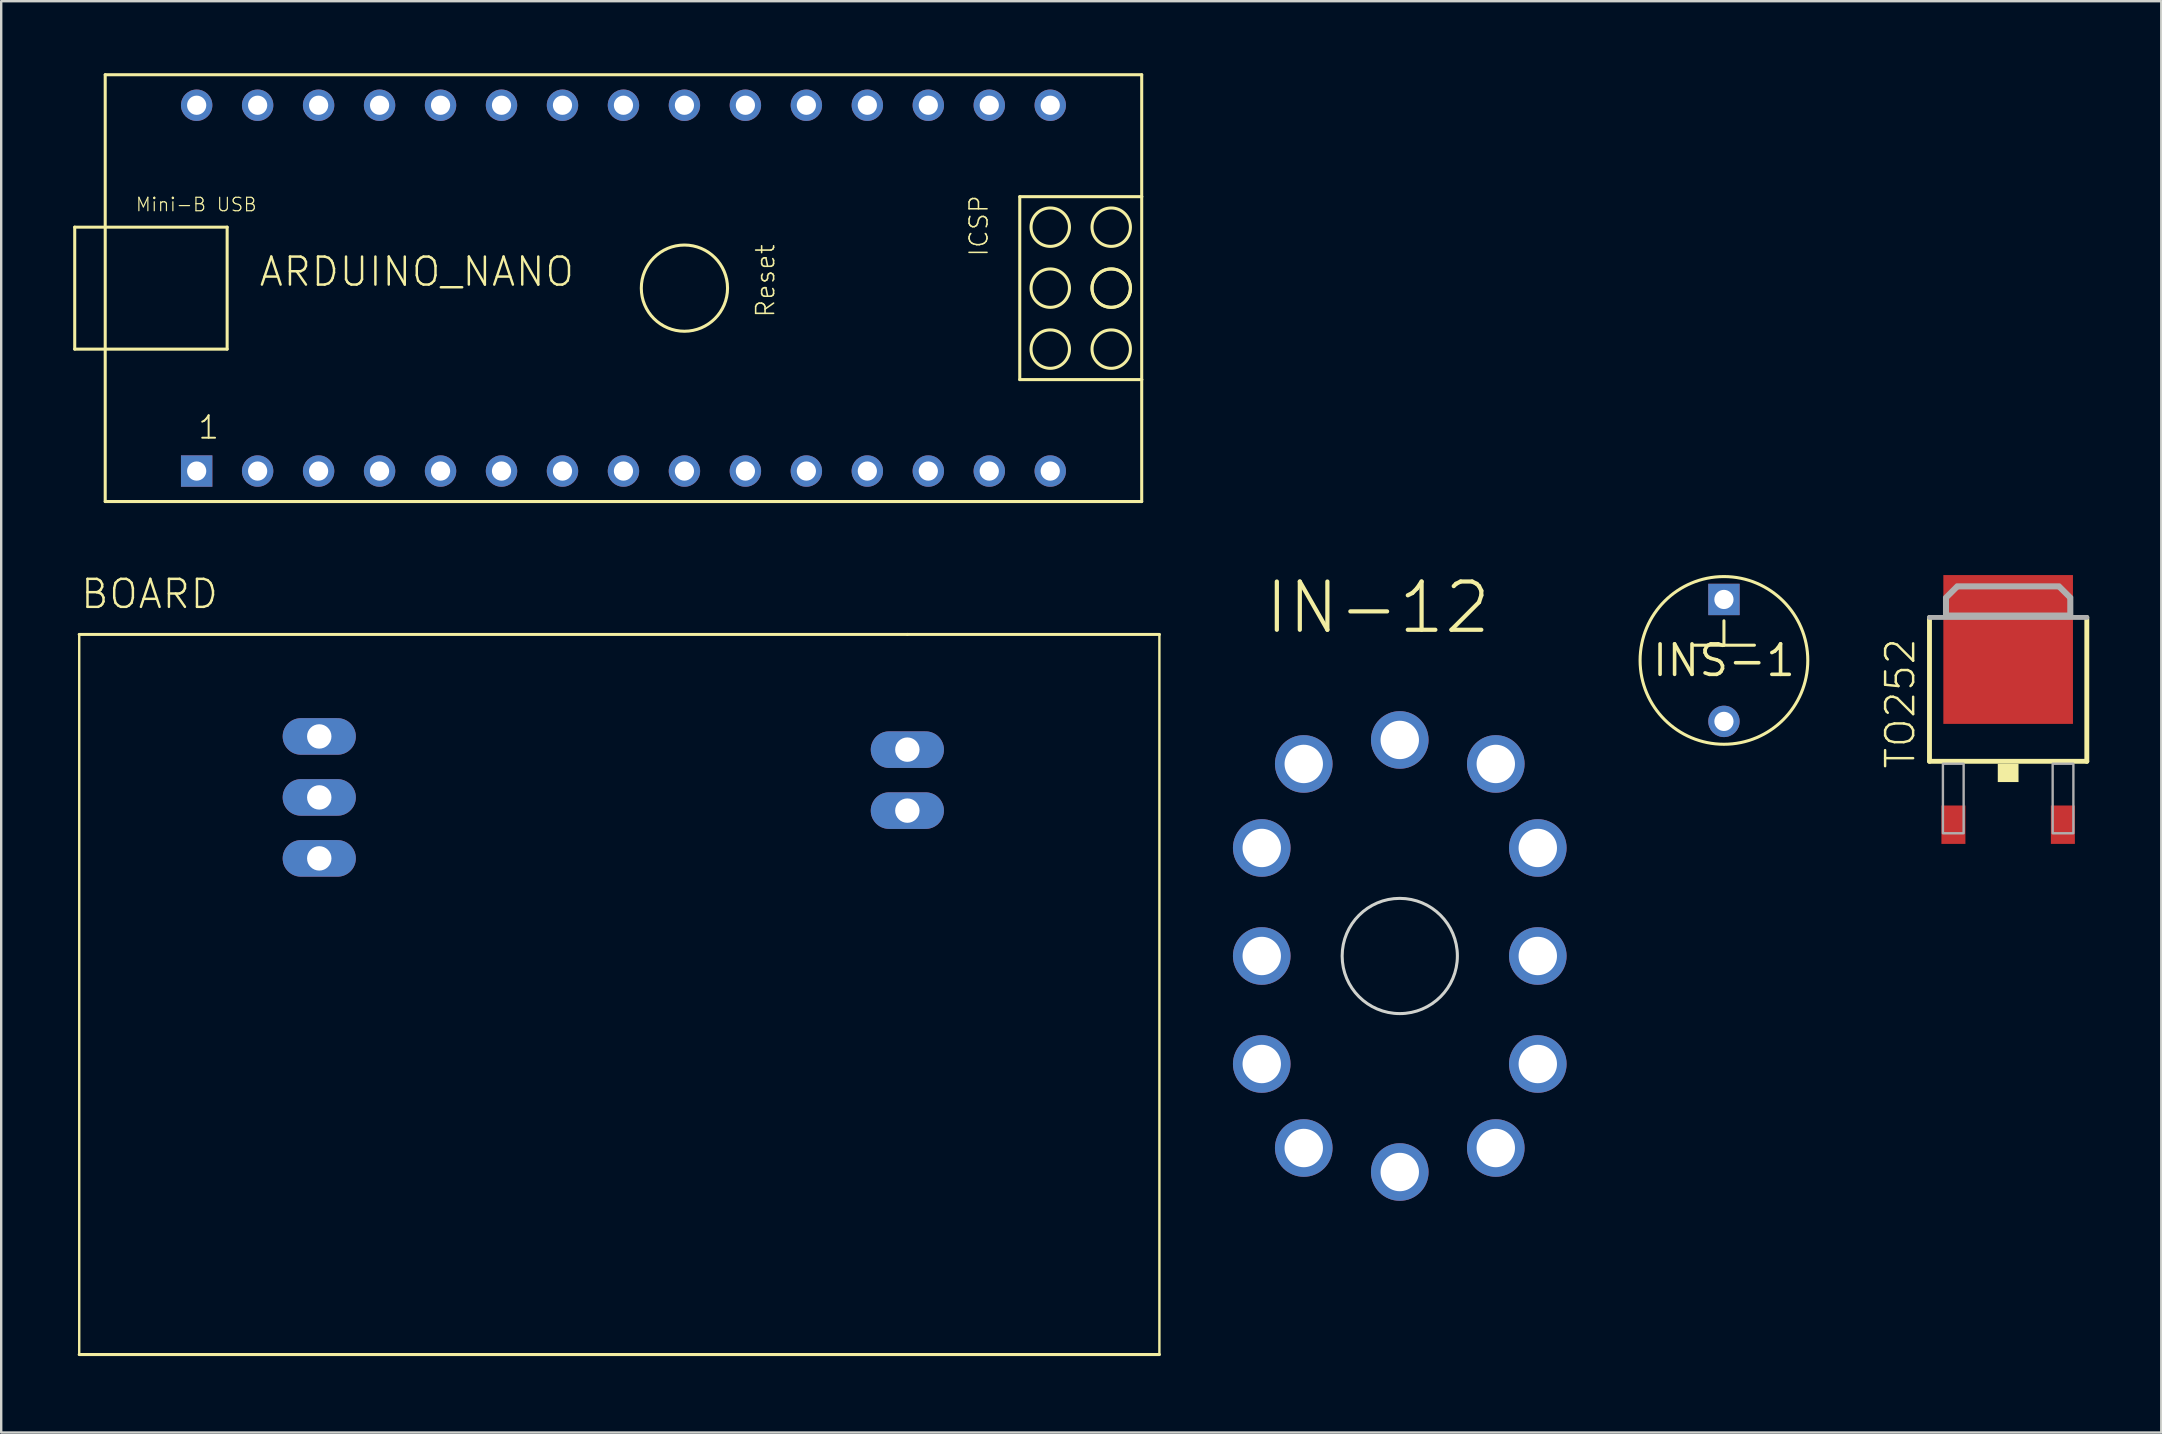
<source format=kicad_pcb>
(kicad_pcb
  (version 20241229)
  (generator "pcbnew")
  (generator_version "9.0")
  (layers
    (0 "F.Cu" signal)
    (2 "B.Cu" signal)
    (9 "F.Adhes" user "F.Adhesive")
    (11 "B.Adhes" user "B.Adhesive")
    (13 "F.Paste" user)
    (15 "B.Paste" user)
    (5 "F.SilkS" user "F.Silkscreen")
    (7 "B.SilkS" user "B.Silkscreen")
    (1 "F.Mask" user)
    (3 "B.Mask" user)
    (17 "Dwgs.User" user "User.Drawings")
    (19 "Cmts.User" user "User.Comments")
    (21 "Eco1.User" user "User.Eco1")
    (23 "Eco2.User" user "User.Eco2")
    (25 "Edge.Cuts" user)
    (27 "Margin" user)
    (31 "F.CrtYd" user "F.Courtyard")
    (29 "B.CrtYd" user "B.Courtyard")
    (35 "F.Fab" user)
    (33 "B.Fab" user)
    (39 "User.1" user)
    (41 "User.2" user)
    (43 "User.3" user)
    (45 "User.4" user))
  (footprint "INS-1"
    (layer "F.Cu")
    (at 68.769 24.463)
    (property "Reference" "INS-1" (at 0 0 0) (layer "F.SilkS") (effects (font (size 1.27 1.27) (thickness 0.15))))
    (fp_line (start -1.27 -0.635) (end 0 -0.635) (stroke (width 0.127) (type solid)) (layer "F.SilkS"))
    (fp_line (start 0 -0.635) (end 0 -1.651) (stroke (width 0.127) (type solid)) (layer "F.SilkS"))
    (fp_line (start 0 -0.635) (end 1.27 -0.635) (stroke (width 0.127) (type solid)) (layer "F.SilkS"))
    (fp_circle (center 0 0) (end 3.493 0) (stroke (width 0.127) (type solid)) (fill no) (layer "F.SilkS"))
    (pad "A" thru_hole rect (at 0 -2.54) (size 1.308 1.308) (drill 0.8) (layers "*.Cu" "*.Mask"))
    (pad "C" thru_hole circle (at 0 2.54) (size 1.308 1.308) (drill 0.8) (layers "*.Cu" "*.Mask")))
  (footprint "IN-12"
    (layer "F.Cu")
    (at 55.264 36.776)
    (property "Reference" "IN-12" (at -5.715 -13.335 0) (layer "F.SilkS") (effects (font (size 2.01 2.01) (thickness 0.175)) (justify left bottom)))
    (fp_circle (center 0 0) (end 2.4 0) (stroke (width 0.127) (type solid)) (fill no) (layer "Edge.Cuts"))
    (pad "0" thru_hole circle (at 5.75 4.5) (size 2.4 2.4) (drill 1.6) (layers "*.Cu" "*.Mask"))
    (pad "1" thru_hole circle (at -4 8) (size 2.4 2.4) (drill 1.6) (layers "*.Cu" "*.Mask"))
    (pad "2" thru_hole circle (at -5.75 4.5) (size 2.4 2.4) (drill 1.6) (layers "*.Cu" "*.Mask"))
    (pad "3" thru_hole circle (at -5.75 0) (size 2.4 2.4) (drill 1.6) (layers "*.Cu" "*.Mask"))
    (pad "4" thru_hole circle (at -5.75 -4.5) (size 2.4 2.4) (drill 1.6) (layers "*.Cu" "*.Mask"))
    (pad "5" thru_hole circle (at -4 -8) (size 2.4 2.4) (drill 1.6) (layers "*.Cu" "*.Mask"))
    (pad "6" thru_hole circle (at 0 -9) (size 2.4 2.4) (drill 1.6) (layers "*.Cu" "*.Mask"))
    (pad "7" thru_hole circle (at 4 -8) (size 2.4 2.4) (drill 1.6) (layers "*.Cu" "*.Mask"))
    (pad "8" thru_hole circle (at 5.75 -4.5) (size 2.4 2.4) (drill 1.6) (layers "*.Cu" "*.Mask"))
    (pad "9" thru_hole circle (at 5.75 0) (size 2.4 2.4) (drill 1.6) (layers "*.Cu" "*.Mask"))
    (pad "A" thru_hole circle (at 4 8) (size 2.4 2.4) (drill 1.6) (layers "*.Cu" "*.Mask"))
    (pad "DP" thru_hole circle (at 0 9) (size 2.4 2.4) (drill 1.6) (layers "*.Cu" "*.Mask")))
  (footprint "ARDUINO_NANO"
    (layer "F.Cu")
    (at 25.463 8.954)
    (property "Reference" "ARDUINO_NANO" (at -17.78 0 0) (layer "F.SilkS") (effects (font (size 1.168 1.168) (thickness 0.102)) (justify left bottom)))
    (fp_line (start -25.4 -2.54) (end -25.4 2.54) (stroke (width 0.127) (type solid)) (layer "F.SilkS"))
    (fp_line (start -24.13 -8.89) (end 19.05 -8.89) (stroke (width 0.127) (type solid)) (layer "F.SilkS"))
    (fp_line (start -24.13 -2.54) (end -25.4 -2.54) (stroke (width 0.127) (type solid)) (layer "F.SilkS"))
    (fp_line (start -24.13 -2.54) (end -24.13 -8.89) (stroke (width 0.127) (type solid)) (layer "F.SilkS"))
    (fp_line (start -24.13 8.89) (end -24.13 -2.54) (stroke (width 0.127) (type solid)) (layer "F.SilkS"))
    (fp_line (start -19.05 -2.54) (end -24.13 -2.54) (stroke (width 0.127) (type solid)) (layer "F.SilkS"))
    (fp_line (start -19.05 2.54) (end -25.4 2.54) (stroke (width 0.127) (type solid)) (layer "F.SilkS"))
    (fp_line (start -19.05 2.54) (end -19.05 -2.54) (stroke (width 0.127) (type solid)) (layer "F.SilkS"))
    (fp_line (start 13.97 -3.81) (end 13.97 3.81) (stroke (width 0.127) (type solid)) (layer "F.SilkS"))
    (fp_line (start 13.97 3.81) (end 19.05 3.81) (stroke (width 0.127) (type solid)) (layer "F.SilkS"))
    (fp_line (start 19.05 -8.89) (end 19.05 -3.81) (stroke (width 0.127) (type solid)) (layer "F.SilkS"))
    (fp_line (start 19.05 -3.81) (end 13.97 -3.81) (stroke (width 0.127) (type solid)) (layer "F.SilkS"))
    (fp_line (start 19.05 -3.81) (end 19.05 3.81) (stroke (width 0.127) (type solid)) (layer "F.SilkS"))
    (fp_line (start 19.05 3.81) (end 19.05 8.89) (stroke (width 0.127) (type solid)) (layer "F.SilkS"))
    (fp_line (start 19.05 8.89) (end -24.13 8.89) (stroke (width 0.127) (type solid)) (layer "F.SilkS"))
    (fp_circle (center 0 0) (end 1.796 0) (stroke (width 0.127) (type solid)) (fill no) (layer "F.SilkS"))
    (fp_circle (center 15.24 -2.54) (end 16.04 -2.54) (stroke (width 0.127) (type solid)) (fill no) (layer "F.SilkS"))
    (fp_circle (center 15.24 0) (end 16.04 0) (stroke (width 0.127) (type solid)) (fill no) (layer "F.SilkS"))
    (fp_circle (center 15.24 2.54) (end 16.04 2.54) (stroke (width 0.127) (type solid)) (fill no) (layer "F.SilkS"))
    (fp_circle (center 17.78 -2.54) (end 18.58 -2.54) (stroke (width 0.127) (type solid)) (fill no) (layer "F.SilkS"))
    (fp_circle (center 17.78 0) (end 18.58 0) (stroke (width 0.127) (type solid)) (fill no) (layer "F.SilkS"))
    (fp_circle (center 17.78 0) (end 18.58 0) (stroke (width 0.127) (type solid)) (fill no) (layer "F.SilkS"))
    (fp_circle (center 17.78 2.54) (end 18.58 2.54) (stroke (width 0.127) (type solid)) (fill no) (layer "F.SilkS"))
    (fp_text user "Mini-B USB" (at -17.78 -3.81 0) (layer "F.SilkS") (effects (font (size 0.561 0.561) (thickness 0.049)) (justify right top)))
    (fp_text user "1" (at -20.32 6.35 0) (layer "F.SilkS") (effects (font (size 0.935 0.935) (thickness 0.081)) (justify left bottom)))
    (fp_text user "Reset" (at 3.81 1.27 90) (layer "F.SilkS") (effects (font (size 0.748 0.748) (thickness 0.065)) (justify left bottom)))
    (fp_text user "ICSP" (at 12.7 -1.27 270) (layer "F.SilkS") (effects (font (size 0.748 0.748) (thickness 0.065)) (justify left bottom)))
    (pad "1" thru_hole rect (at -20.32 7.62) (size 1.308 1.308) (drill 0.8) (layers "*.Cu" "*.Mask"))
    (pad "2" thru_hole circle (at -17.78 7.62) (size 1.308 1.308) (drill 0.8) (layers "*.Cu" "*.Mask"))
    (pad "3" thru_hole circle (at -15.24 7.62) (size 1.308 1.308) (drill 0.8) (layers "*.Cu" "*.Mask"))
    (pad "4" thru_hole circle (at -12.7 7.62) (size 1.308 1.308) (drill 0.8) (layers "*.Cu" "*.Mask"))
    (pad "5" thru_hole circle (at -10.16 7.62) (size 1.308 1.308) (drill 0.8) (layers "*.Cu" "*.Mask"))
    (pad "6" thru_hole circle (at -7.62 7.62) (size 1.308 1.308) (drill 0.8) (layers "*.Cu" "*.Mask"))
    (pad "7" thru_hole circle (at -5.08 7.62) (size 1.308 1.308) (drill 0.8) (layers "*.Cu" "*.Mask"))
    (pad "8" thru_hole circle (at -2.54 7.62) (size 1.308 1.308) (drill 0.8) (layers "*.Cu" "*.Mask"))
    (pad "9" thru_hole circle (at 0 7.62) (size 1.308 1.308) (drill 0.8) (layers "*.Cu" "*.Mask"))
    (pad "10" thru_hole circle (at 2.54 7.62) (size 1.308 1.308) (drill 0.8) (layers "*.Cu" "*.Mask"))
    (pad "11" thru_hole circle (at 5.08 7.62) (size 1.308 1.308) (drill 0.8) (layers "*.Cu" "*.Mask"))
    (pad "12" thru_hole circle (at 7.62 7.62) (size 1.308 1.308) (drill 0.8) (layers "*.Cu" "*.Mask"))
    (pad "13" thru_hole circle (at 10.16 7.62) (size 1.308 1.308) (drill 0.8) (layers "*.Cu" "*.Mask"))
    (pad "14" thru_hole circle (at 12.7 7.62) (size 1.308 1.308) (drill 0.8) (layers "*.Cu" "*.Mask"))
    (pad "15" thru_hole circle (at 15.24 7.62) (size 1.308 1.308) (drill 0.8) (layers "*.Cu" "*.Mask"))
    (pad "16" thru_hole circle (at 15.24 -7.62) (size 1.308 1.308) (drill 0.8) (layers "*.Cu" "*.Mask"))
    (pad "17" thru_hole circle (at 12.7 -7.62) (size 1.308 1.308) (drill 0.8) (layers "*.Cu" "*.Mask"))
    (pad "18" thru_hole circle (at 10.16 -7.62) (size 1.308 1.308) (drill 0.8) (layers "*.Cu" "*.Mask"))
    (pad "19" thru_hole circle (at 7.62 -7.62) (size 1.308 1.308) (drill 0.8) (layers "*.Cu" "*.Mask"))
    (pad "20" thru_hole circle (at 5.08 -7.62) (size 1.308 1.308) (drill 0.8) (layers "*.Cu" "*.Mask"))
    (pad "21" thru_hole circle (at 2.54 -7.62) (size 1.308 1.308) (drill 0.8) (layers "*.Cu" "*.Mask"))
    (pad "22" thru_hole circle (at 0 -7.62) (size 1.308 1.308) (drill 0.8) (layers "*.Cu" "*.Mask"))
    (pad "23" thru_hole circle (at -2.54 -7.62) (size 1.308 1.308) (drill 0.8) (layers "*.Cu" "*.Mask"))
    (pad "24" thru_hole circle (at -5.08 -7.62) (size 1.308 1.308) (drill 0.8) (layers "*.Cu" "*.Mask"))
    (pad "25" thru_hole circle (at -7.62 -7.62) (size 1.308 1.308) (drill 0.8) (layers "*.Cu" "*.Mask"))
    (pad "26" thru_hole circle (at -10.16 -7.62) (size 1.308 1.308) (drill 0.8) (layers "*.Cu" "*.Mask"))
    (pad "27" thru_hole circle (at -12.7 -7.62) (size 1.308 1.308) (drill 0.8) (layers "*.Cu" "*.Mask"))
    (pad "28" thru_hole circle (at -15.24 -7.62) (size 1.308 1.308) (drill 0.8) (layers "*.Cu" "*.Mask"))
    (pad "29" thru_hole circle (at -17.78 -7.62) (size 1.308 1.308) (drill 0.8) (layers "*.Cu" "*.Mask"))
    (pad "30" thru_hole circle (at -20.32 -7.62) (size 1.308 1.308) (drill 0.8) (layers "*.Cu" "*.Mask")))
  (footprint "TO252"
    (layer "F.Cu")
    (at 80.609 26.507)
    (property "Reference" "TO252" (at -3.81 2.54 90) (layer "F.SilkS") (effects (font (size 1.168 1.168) (thickness 0.102)) (justify left bottom)))
    (fp_line (start -3.277 2.159) (end -3.277 -3.835) (stroke (width 0.203) (type solid)) (layer "F.SilkS"))
    (fp_line (start 3.277 -3.835) (end 3.277 2.159) (stroke (width 0.203) (type solid)) (layer "F.SilkS"))
    (fp_line (start 3.277 2.159) (end -3.277 2.159) (stroke (width 0.203) (type solid)) (layer "F.SilkS"))
    (fp_poly (pts (xy -0.432 3.023) (xy 0.432 3.023) (xy 0.432 2.261) (xy -0.432 2.261)) (stroke (width 0) (type default)) (fill yes) (layer "F.SilkS"))
    (fp_line (start -3.277 -3.835) (end 3.277 -3.835) (stroke (width 0.203) (type solid)) (layer "F.Fab"))
    (fp_line (start -2.565 -4.648) (end -2.108 -5.105) (stroke (width 0.203) (type solid)) (layer "F.Fab"))
    (fp_line (start -2.565 -3.937) (end -2.565 -4.648) (stroke (width 0.203) (type solid)) (layer "F.Fab"))
    (fp_line (start -2.108 -5.105) (end 2.108 -5.105) (stroke (width 0.203) (type solid)) (layer "F.Fab"))
    (fp_line (start 2.108 -5.105) (end 2.565 -4.648) (stroke (width 0.203) (type solid)) (layer "F.Fab"))
    (fp_line (start 2.565 -4.648) (end 2.565 -3.937) (stroke (width 0.203) (type solid)) (layer "F.Fab"))
    (fp_line (start 2.565 -3.937) (end -2.565 -3.937) (stroke (width 0.203) (type solid)) (layer "F.Fab"))
    (fp_poly (pts (xy -2.718 5.156) (xy -1.854 5.156) (xy -1.854 2.261) (xy -2.718 2.261)) (stroke (width 0.1) (type default)) (fill no) (layer "F.Fab"))
    (fp_poly (pts (xy 1.854 5.156) (xy 2.718 5.156) (xy 2.718 2.261) (xy 1.854 2.261)) (stroke (width 0.1) (type default)) (fill no) (layer "F.Fab"))
    (fp_poly (pts (xy 2.665 -4.69) (xy 2.665 -3.837) (xy -2.665 -3.837) (xy -2.665 -4.69) (xy -2.15 -5.205) (xy 2.15 -5.205)) (stroke (width 0.1) (type default)) (fill no) (layer "F.Fab"))
    (pad "1" smd rect (at -2.28 4.8) (size 1 1.6) (layers "F.Cu" "F.Mask" "F.Paste"))
    (pad "2" smd rect (at 2.28 4.8) (size 1 1.6) (layers "F.Cu" "F.Mask" "F.Paste"))
    (pad "3" smd rect (at 0 -2.5) (size 5.4 6.2) (layers "F.Cu" "F.Mask" "F.Paste")))
  (footprint "BOARD"
    (layer "F.Cu")
    (at 0.25 53.38)
    (property "Reference" "BOARD" (at 0 -31 0) (layer "F.SilkS") (effects (font (size 1.168 1.168) (thickness 0.102)) (justify left bottom)))
    (fp_line (start 0 -30) (end 0 0) (stroke (width 0.1) (type default)) (layer "F.SilkS"))
    (fp_line (start 0 0) (end 45 0) (stroke (width 0.127) (type solid)) (layer "F.SilkS"))
    (fp_line (start 34.5 -30) (end 0 -30) (stroke (width 0.127) (type solid)) (layer "F.SilkS"))
    (fp_line (start 45 -30) (end 34.5 -30) (stroke (width 0.127) (type solid)) (layer "F.SilkS"))
    (fp_line (start 45 -30) (end 45 0) (stroke (width 0.1) (type default)) (layer "F.SilkS"))
    (pad "GND" thru_hole oval (at 10 -25.75) (size 3.048 1.524) (drill 1.016) (layers "*.Cu" "*.Mask"))
    (pad "GND2" thru_hole oval (at 34.5 -25.2) (size 3.048 1.524) (drill 1.016) (layers "*.Cu" "*.Mask"))
    (pad "HV" thru_hole oval (at 34.5 -22.66) (size 3.048 1.524) (drill 1.016) (layers "*.Cu" "*.Mask"))
    (pad "SHDN" thru_hole oval (at 10 -23.21) (size 3.048 1.524) (drill 1.016) (layers "*.Cu" "*.Mask"))
    (pad "VIN" thru_hole oval (at 10 -20.67) (size 3.048 1.524) (drill 1.016) (layers "*.Cu" "*.Mask")))
  (gr_rect
    (start -3 -3)
    (end 86.988 56.63)
    (stroke (width 0.1) (type default))
    (fill no)
    (layer "Edge.Cuts")))
</source>
